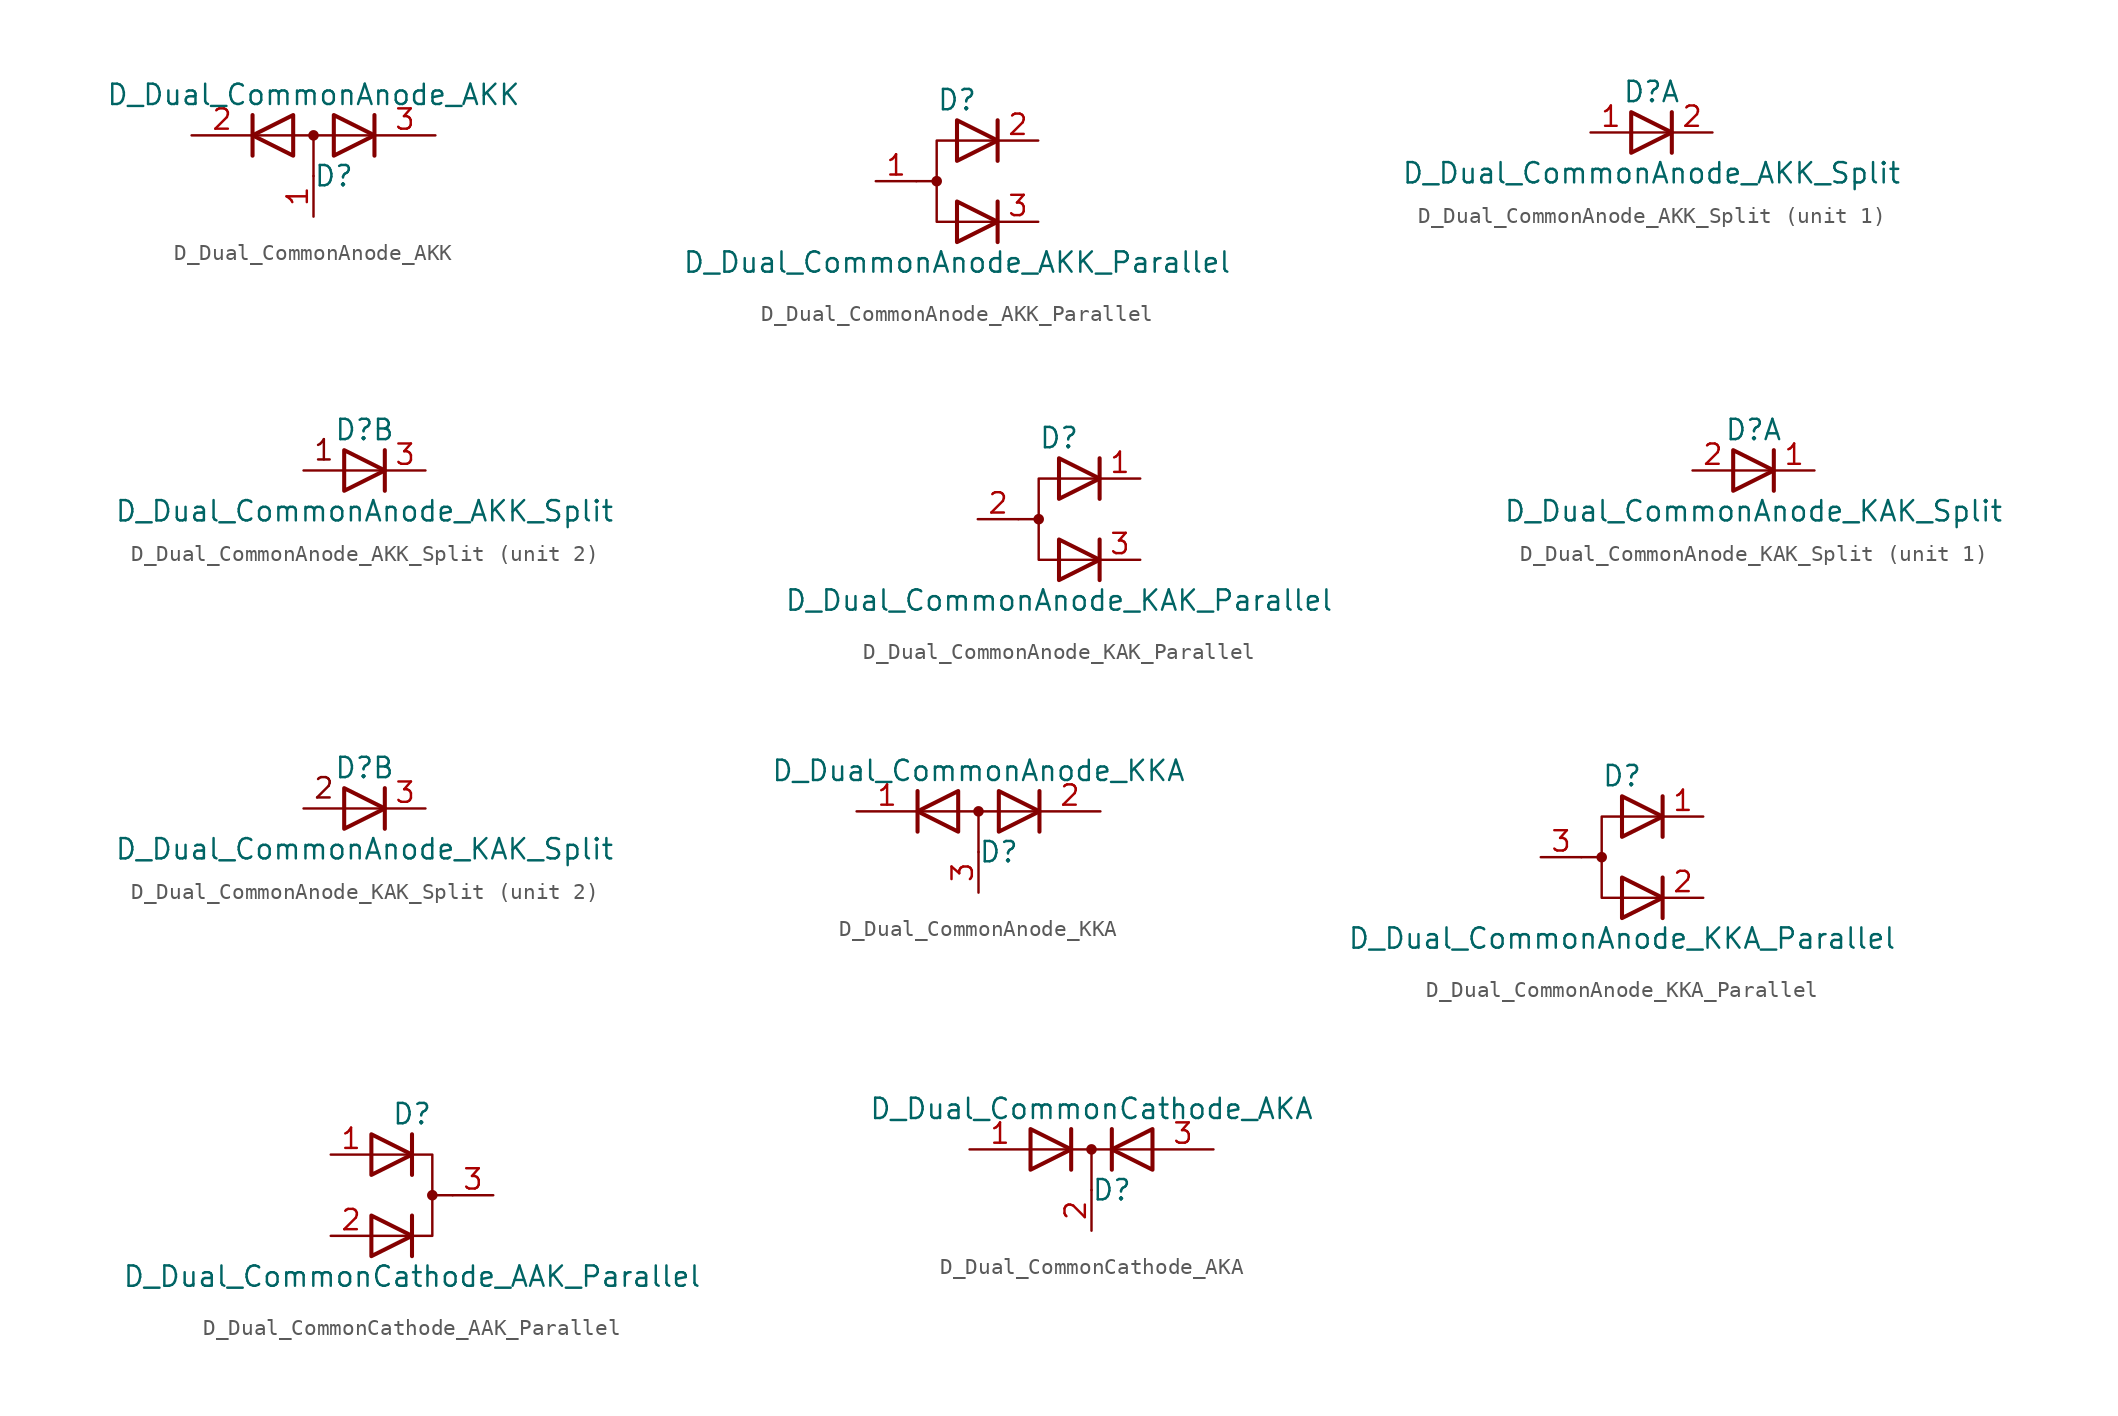
<source format=kicad_sym>
(kicad_symbol_lib
  (version 20211014)
  (generator kicad_symbol_editor)
  (symbol "D_Dual_CommonAnode_AKK"
    (pin_names
      (offset 0.762) hide)
    (property "Reference" "D"
      (at 1.27 -2.54 0)
      (effects (font (size 1.27 1.27))))
    (property "Value" "D_Dual_CommonAnode_AKK"
      (at 0 2.54 0)
      (effects (font (size 1.27 1.27))))
    (symbol "D_Dual_CommonAnode_AKK_0_1"
      (polyline (pts (xy -3.556 0) (xy 3.81 0)) (stroke (width 0) (type default) (color 0 0 0 0)) (fill (type none)))
      (polyline (pts (xy 0 0) (xy 0 -2.54)) (stroke (width 0) (type default) (color 0 0 0 0)) (fill (type none)))
      (polyline (pts (xy -3.81 1.27) (xy -3.81 -1.27) (xy -3.81 -1.27)) (stroke (width 0.254) (type default) (color 0 0 0 0)) (fill (type none)))
      (polyline (pts (xy 3.81 1.27) (xy 3.81 -1.27) (xy 3.81 -1.27)) (stroke (width 0.254) (type default) (color 0 0 0 0)) (fill (type none)))
      (polyline (pts (xy -1.27 -1.27) (xy -3.81 0) (xy -1.27 1.27) (xy -1.27 -1.27) (xy -1.27 -1.27) (xy -1.27 -1.27)) (stroke (width 0.254) (type default) (color 0 0 0 0)) (fill (type none)))
      (polyline (pts (xy 1.27 1.27) (xy 3.81 0) (xy 1.27 -1.27) (xy 1.27 1.27) (xy 1.27 1.27) (xy 1.27 1.27)) (stroke (width 0.254) (type default) (color 0 0 0 0)) (fill (type none)))
      (circle (center 0 0) (radius 0.254) (stroke (width 0) (type default) (color 0 0 0 0)) (fill (type outline)))
      (pin passive line (at 0 -5.08 90) (length 2.54) (name "A" (effects (font (size 1.27 1.27)))) (number "1" (effects (font (size 1.27 1.27)))))
      (pin passive line (at -7.62 0 0) (length 3.81) (name "K" (effects (font (size 1.27 1.27)))) (number "2" (effects (font (size 1.27 1.27)))))
      (pin passive line (at 7.62 0 180) (length 3.81) (name "K" (effects (font (size 1.27 1.27)))) (number "3" (effects (font (size 1.27 1.27)))))))
  (symbol "D_Dual_CommonAnode_AKK_Parallel"
    (pin_names
      (offset 0.762) hide)
    (property "Reference" "D"
      (at 0 5.08 0)
      (effects (font (size 1.27 1.27))))
    (property "Value" "D_Dual_CommonAnode_AKK_Parallel"
      (at 0 -5.08 0)
      (effects (font (size 1.27 1.27))))
    (symbol "D_Dual_CommonAnode_AKK_Parallel_0_0"
      (polyline (pts (xy 2.54 -1.27) (xy 2.54 -3.81)) (stroke (width 0.254) (type default) (color 0 0 0 0)) (fill (type none)))
      (polyline (pts (xy 2.54 3.81) (xy 2.54 1.27)) (stroke (width 0.254) (type default) (color 0 0 0 0)) (fill (type none))))
    (symbol "D_Dual_CommonAnode_AKK_Parallel_0_1"
      (circle (center -1.27 0) (radius 0.254) (stroke (width 0) (type default) (color 0 0 0 0)) (fill (type outline)))
      (polyline (pts (xy -1.27 0) (xy -2.54 0)) (stroke (width 0) (type default) (color 0 0 0 0)) (fill (type none)))
      (polyline (pts (xy 2.54 2.54) (xy -1.27 2.54) (xy -1.27 -2.54) (xy 2.54 -2.54)) (stroke (width 0) (type default) (color 0 0 0 0)) (fill (type none)))
      (polyline (pts (xy 0 -1.27) (xy 2.54 -2.54) (xy 0 -3.81) (xy 0 -1.27) (xy 0 -1.27) (xy 0 -1.27)) (stroke (width 0.254) (type default) (color 0 0 0 0)) (fill (type none)))
      (polyline (pts (xy 0 3.81) (xy 2.54 2.54) (xy 0 1.27) (xy 0 3.81) (xy 0 3.81) (xy 0 3.81)) (stroke (width 0.254) (type default) (color 0 0 0 0)) (fill (type none)))
      (pin passive line (at -5.08 0 0) (length 2.54) (name "A" (effects (font (size 1.27 1.27)))) (number "1" (effects (font (size 1.27 1.27)))))
      (pin passive line (at 5.08 2.54 180) (length 2.54) (name "K" (effects (font (size 1.27 1.27)))) (number "2" (effects (font (size 1.27 1.27)))))
      (pin passive line (at 5.08 -2.54 180) (length 2.54) (name "K" (effects (font (size 1.27 1.27)))) (number "3" (effects (font (size 1.27 1.27)))))))
  (symbol "D_Dual_CommonAnode_AKK_Split"
    (pin_names
      (offset 0.762) hide)
    (property "Reference" "D"
      (at 0 2.54 0)
      (effects (font (size 1.27 1.27))))
    (property "Value" "D_Dual_CommonAnode_AKK_Split"
      (at 0 -2.54 0)
      (effects (font (size 1.27 1.27))))
    (property "ki_locked" ""
      (at 0 0 0)
      (effects (font (size 1.27 1.27))))
    (symbol "D_Dual_CommonAnode_AKK_Split_0_0"
      (polyline (pts (xy 1.27 1.27) (xy 1.27 -1.27)) (stroke (width 0.254) (type default) (color 0 0 0 0)) (fill (type none))))
    (symbol "D_Dual_CommonAnode_AKK_Split_0_1"
      (polyline (pts (xy -1.27 1.27) (xy 1.27 0) (xy -1.27 -1.27) (xy -1.27 1.27) (xy -1.27 1.27) (xy -1.27 1.27)) (stroke (width 0.254) (type default) (color 0 0 0 0)) (fill (type none))))
    (symbol "D_Dual_CommonAnode_AKK_Split_1_1"
      (polyline (pts (xy 1.27 0) (xy -1.27 0)) (stroke (width 0) (type default) (color 0 0 0 0)) (fill (type none)))
      (pin passive line (at -3.81 0 0) (length 2.54) (name "A" (effects (font (size 1.27 1.27)))) (number "1" (effects (font (size 1.27 1.27)))))
      (pin passive line (at 3.81 0 180) (length 2.54) (name "K" (effects (font (size 1.27 1.27)))) (number "2" (effects (font (size 1.27 1.27))))))
    (symbol "D_Dual_CommonAnode_AKK_Split_2_0"
      (polyline (pts (xy 1.27 0) (xy -3.81 0)) (stroke (width 0) (type default) (color 0 0 0 0)) (fill (type none)))
      (text "1" (at -2.54 1.27 0) (effects (font (size 1.27 1.27)))))
    (symbol "D_Dual_CommonAnode_AKK_Split_2_1"
      (pin passive line (at 3.81 0 180) (length 2.54) (name "K" (effects (font (size 1.27 1.27)))) (number "3" (effects (font (size 1.27 1.27)))))))
  (symbol "D_Dual_CommonAnode_KAK_Parallel"
    (pin_names
      (offset 0.762) hide)
    (property "Reference" "D"
      (at 0 5.08 0)
      (effects (font (size 1.27 1.27))))
    (property "Value" "D_Dual_CommonAnode_KAK_Parallel"
      (at 0 -5.08 0)
      (effects (font (size 1.27 1.27))))
    (symbol "D_Dual_CommonAnode_KAK_Parallel_0_0"
      (polyline (pts (xy 2.54 -1.27) (xy 2.54 -3.81)) (stroke (width 0.254) (type default) (color 0 0 0 0)) (fill (type none)))
      (polyline (pts (xy 2.54 3.81) (xy 2.54 1.27)) (stroke (width 0.254) (type default) (color 0 0 0 0)) (fill (type none))))
    (symbol "D_Dual_CommonAnode_KAK_Parallel_0_1"
      (circle (center -1.27 0) (radius 0.254) (stroke (width 0) (type default) (color 0 0 0 0)) (fill (type outline)))
      (polyline (pts (xy -1.27 0) (xy -2.54 0)) (stroke (width 0) (type default) (color 0 0 0 0)) (fill (type none)))
      (polyline (pts (xy 2.54 2.54) (xy -1.27 2.54) (xy -1.27 -2.54) (xy 2.54 -2.54)) (stroke (width 0) (type default) (color 0 0 0 0)) (fill (type none)))
      (polyline (pts (xy 0 -1.27) (xy 2.54 -2.54) (xy 0 -3.81) (xy 0 -1.27) (xy 0 -1.27) (xy 0 -1.27)) (stroke (width 0.254) (type default) (color 0 0 0 0)) (fill (type none)))
      (polyline (pts (xy 0 3.81) (xy 2.54 2.54) (xy 0 1.27) (xy 0 3.81) (xy 0 3.81) (xy 0 3.81)) (stroke (width 0.254) (type default) (color 0 0 0 0)) (fill (type none)))
      (pin passive line (at 5.08 2.54 180) (length 2.54) (name "K" (effects (font (size 1.27 1.27)))) (number "1" (effects (font (size 1.27 1.27)))))
      (pin passive line (at -5.08 0 0) (length 2.54) (name "A" (effects (font (size 1.27 1.27)))) (number "2" (effects (font (size 1.27 1.27)))))
      (pin passive line (at 5.08 -2.54 180) (length 2.54) (name "K" (effects (font (size 1.27 1.27)))) (number "3" (effects (font (size 1.27 1.27)))))))
  (symbol "D_Dual_CommonAnode_KAK_Split"
    (pin_names
      (offset 0.762) hide)
    (property "Reference" "D"
      (at 0 2.54 0)
      (effects (font (size 1.27 1.27))))
    (property "Value" "D_Dual_CommonAnode_KAK_Split"
      (at 0 -2.54 0)
      (effects (font (size 1.27 1.27))))
    (property "ki_locked" ""
      (at 0 0 0)
      (effects (font (size 1.27 1.27))))
    (symbol "D_Dual_CommonAnode_KAK_Split_0_0"
      (polyline (pts (xy 1.27 1.27) (xy 1.27 -1.27)) (stroke (width 0.254) (type default) (color 0 0 0 0)) (fill (type none))))
    (symbol "D_Dual_CommonAnode_KAK_Split_0_1"
      (polyline (pts (xy -1.27 1.27) (xy 1.27 0) (xy -1.27 -1.27) (xy -1.27 1.27) (xy -1.27 1.27) (xy -1.27 1.27)) (stroke (width 0.254) (type default) (color 0 0 0 0)) (fill (type none))))
    (symbol "D_Dual_CommonAnode_KAK_Split_1_1"
      (polyline (pts (xy 1.27 0) (xy -1.27 0)) (stroke (width 0) (type default) (color 0 0 0 0)) (fill (type none)))
      (pin passive line (at 3.81 0 180) (length 2.54) (name "K" (effects (font (size 1.27 1.27)))) (number "1" (effects (font (size 1.27 1.27)))))
      (pin passive line (at -3.81 0 0) (length 2.54) (name "A" (effects (font (size 1.27 1.27)))) (number "2" (effects (font (size 1.27 1.27))))))
    (symbol "D_Dual_CommonAnode_KAK_Split_2_0"
      (polyline (pts (xy 1.27 0) (xy -3.81 0)) (stroke (width 0) (type default) (color 0 0 0 0)) (fill (type none)))
      (text "2" (at -2.54 1.27 0) (effects (font (size 1.27 1.27)))))
    (symbol "D_Dual_CommonAnode_KAK_Split_2_1"
      (pin passive line (at 3.81 0 180) (length 2.54) (name "K" (effects (font (size 1.27 1.27)))) (number "3" (effects (font (size 1.27 1.27)))))))
  (symbol "D_Dual_CommonAnode_KKA"
    (pin_names
      (offset 0.762) hide)
    (property "Reference" "D"
      (at 1.27 -2.54 0)
      (effects (font (size 1.27 1.27))))
    (property "Value" "D_Dual_CommonAnode_KKA"
      (at 0 2.54 0)
      (effects (font (size 1.27 1.27))))
    (symbol "D_Dual_CommonAnode_KKA_0_1"
      (polyline (pts (xy -3.81 0) (xy 3.81 0)) (stroke (width 0) (type default) (color 0 0 0 0)) (fill (type none)))
      (polyline (pts (xy 0 0) (xy 0 -2.54)) (stroke (width 0) (type default) (color 0 0 0 0)) (fill (type none)))
      (polyline (pts (xy -3.81 1.27) (xy -3.81 -1.27) (xy -3.81 -1.27)) (stroke (width 0.254) (type default) (color 0 0 0 0)) (fill (type none)))
      (polyline (pts (xy 3.81 1.27) (xy 3.81 -1.27) (xy 3.81 -1.27)) (stroke (width 0.254) (type default) (color 0 0 0 0)) (fill (type none)))
      (polyline (pts (xy -1.27 -1.27) (xy -3.81 0) (xy -1.27 1.27) (xy -1.27 -1.27) (xy -1.27 -1.27) (xy -1.27 -1.27)) (stroke (width 0.254) (type default) (color 0 0 0 0)) (fill (type none)))
      (polyline (pts (xy 1.27 1.27) (xy 3.81 0) (xy 1.27 -1.27) (xy 1.27 1.27) (xy 1.27 1.27) (xy 1.27 1.27)) (stroke (width 0.254) (type default) (color 0 0 0 0)) (fill (type none)))
      (circle (center 0 0) (radius 0.254) (stroke (width 0) (type default) (color 0 0 0 0)) (fill (type outline)))
      (pin passive line (at -7.62 0 0) (length 3.81) (name "K" (effects (font (size 1.27 1.27)))) (number "1" (effects (font (size 1.27 1.27)))))
      (pin passive line (at 7.62 0 180) (length 3.81) (name "K" (effects (font (size 1.27 1.27)))) (number "2" (effects (font (size 1.27 1.27)))))
      (pin passive line (at 0 -5.08 90) (length 2.54) (name "A" (effects (font (size 1.27 1.27)))) (number "3" (effects (font (size 1.27 1.27)))))))
  (symbol "D_Dual_CommonAnode_KKA_Parallel"
    (pin_names
      (offset 0.762) hide)
    (property "Reference" "D"
      (at 0 5.08 0)
      (effects (font (size 1.27 1.27))))
    (property "Value" "D_Dual_CommonAnode_KKA_Parallel"
      (at 0 -5.08 0)
      (effects (font (size 1.27 1.27))))
    (symbol "D_Dual_CommonAnode_KKA_Parallel_0_0"
      (polyline (pts (xy 2.54 -3.81) (xy 2.54 -1.27)) (stroke (width 0.254) (type default) (color 0 0 0 0)) (fill (type none)))
      (polyline (pts (xy 2.54 1.27) (xy 2.54 3.81)) (stroke (width 0.254) (type default) (color 0 0 0 0)) (fill (type none))))
    (symbol "D_Dual_CommonAnode_KKA_Parallel_0_1"
      (circle (center -1.27 0) (radius 0.254) (stroke (width 0) (type default) (color 0 0 0 0)) (fill (type outline)))
      (polyline (pts (xy -1.27 0) (xy -2.54 0)) (stroke (width 0) (type default) (color 0 0 0 0)) (fill (type none)))
      (polyline (pts (xy 2.54 2.54) (xy -1.27 2.54) (xy -1.27 -2.54) (xy 2.54 -2.54)) (stroke (width 0) (type default) (color 0 0 0 0)) (fill (type none)))
      (polyline (pts (xy 0 -1.27) (xy 2.54 -2.54) (xy 0 -3.81) (xy 0 -1.27) (xy 0 -1.27) (xy 0 -1.27)) (stroke (width 0.254) (type default) (color 0 0 0 0)) (fill (type none)))
      (polyline (pts (xy 0 3.81) (xy 2.54 2.54) (xy 0 1.27) (xy 0 3.81) (xy 0 3.81) (xy 0 3.81)) (stroke (width 0.254) (type default) (color 0 0 0 0)) (fill (type none)))
      (pin passive line (at 5.08 2.54 180) (length 2.54) (name "K" (effects (font (size 1.27 1.27)))) (number "1" (effects (font (size 1.27 1.27)))))
      (pin passive line (at 5.08 -2.54 180) (length 2.54) (name "K" (effects (font (size 1.27 1.27)))) (number "2" (effects (font (size 1.27 1.27)))))
      (pin passive line (at -5.08 0 0) (length 2.54) (name "A" (effects (font (size 1.27 1.27)))) (number "3" (effects (font (size 1.27 1.27)))))))
  (symbol "D_Dual_CommonCathode_AAK_Parallel"
    (pin_names
      (offset 0.762) hide)
    (property "Reference" "D"
      (at 0 5.08 0)
      (effects (font (size 1.27 1.27))))
    (property "Value" "D_Dual_CommonCathode_AAK_Parallel"
      (at 0 -5.08 0)
      (effects (font (size 1.27 1.27))))
    (symbol "D_Dual_CommonCathode_AAK_Parallel_0_0"
      (polyline (pts (xy 0 -1.27) (xy 0 -3.81)) (stroke (width 0.254) (type default) (color 0 0 0 0)) (fill (type none)))
      (polyline (pts (xy 0 1.27) (xy 0 3.81)) (stroke (width 0.254) (type default) (color 0 0 0 0)) (fill (type none))))
    (symbol "D_Dual_CommonCathode_AAK_Parallel_0_1"
      (polyline (pts (xy 1.27 0) (xy 2.54 0)) (stroke (width 0) (type default) (color 0 0 0 0)) (fill (type none)))
      (polyline (pts (xy -2.54 -2.54) (xy 1.27 -2.54) (xy 1.27 2.54) (xy -2.54 2.54)) (stroke (width 0) (type default) (color 0 0 0 0)) (fill (type none)))
      (polyline (pts (xy -2.54 -1.27) (xy 0 -2.54) (xy -2.54 -3.81) (xy -2.54 -1.27) (xy -2.54 -1.27) (xy -2.54 -1.27)) (stroke (width 0.254) (type default) (color 0 0 0 0)) (fill (type none)))
      (polyline (pts (xy -2.54 3.81) (xy 0 2.54) (xy -2.54 1.27) (xy -2.54 3.81) (xy -2.54 3.81) (xy -2.54 3.81)) (stroke (width 0.254) (type default) (color 0 0 0 0)) (fill (type none)))
      (circle (center 1.27 0) (radius 0.254) (stroke (width 0) (type default) (color 0 0 0 0)) (fill (type outline)))
      (pin passive line (at -5.08 2.54 0) (length 2.54) (name "K" (effects (font (size 1.27 1.27)))) (number "1" (effects (font (size 1.27 1.27)))))
      (pin passive line (at -5.08 -2.54 0) (length 2.54) (name "K" (effects (font (size 1.27 1.27)))) (number "2" (effects (font (size 1.27 1.27)))))
      (pin passive line (at 5.08 0 180) (length 2.54) (name "A" (effects (font (size 1.27 1.27)))) (number "3" (effects (font (size 1.27 1.27)))))))
  (symbol "D_Dual_CommonCathode_AKA"
    (pin_names
      (offset 0.762) hide)
    (property "Reference" "D"
      (at 1.27 -2.54 0)
      (effects (font (size 1.27 1.27))))
    (property "Value" "D_Dual_CommonCathode_AKA"
      (at 0 2.54 0)
      (effects (font (size 1.27 1.27))))
    (symbol "D_Dual_CommonCathode_AKA_0_1"
      (polyline (pts (xy 0 0) (xy 0 -2.54)) (stroke (width 0) (type default) (color 0 0 0 0)) (fill (type none)))
      (polyline (pts (xy 3.81 0) (xy -3.81 0)) (stroke (width 0) (type default) (color 0 0 0 0)) (fill (type none)))
      (polyline (pts (xy -1.27 -1.27) (xy -1.27 1.27) (xy -1.27 1.27)) (stroke (width 0.254) (type default) (color 0 0 0 0)) (fill (type none)))
      (polyline (pts (xy 1.27 -1.27) (xy 1.27 1.27) (xy 1.27 1.27)) (stroke (width 0.254) (type default) (color 0 0 0 0)) (fill (type none)))
      (polyline (pts (xy -3.81 1.27) (xy -1.27 0) (xy -3.81 -1.27) (xy -3.81 1.27) (xy -3.81 1.27) (xy -3.81 1.27)) (stroke (width 0.254) (type default) (color 0 0 0 0)) (fill (type none)))
      (polyline (pts (xy 3.81 -1.27) (xy 1.27 0) (xy 3.81 1.27) (xy 3.81 -1.27) (xy 3.81 -1.27) (xy 3.81 -1.27)) (stroke (width 0.254) (type default) (color 0 0 0 0)) (fill (type none)))
      (circle (center 0 0) (radius 0.254) (stroke (width 0) (type default) (color 0 0 0 0)) (fill (type outline)))
      (pin passive line (at -7.62 0 0) (length 3.81) (name "A" (effects (font (size 1.27 1.27)))) (number "1" (effects (font (size 1.27 1.27)))))
      (pin passive line (at 0 -5.08 90) (length 2.54) (name "K" (effects (font (size 1.27 1.27)))) (number "2" (effects (font (size 1.27 1.27)))))
      (pin passive line (at 7.62 0 180) (length 3.81) (name "A" (effects (font (size 1.27 1.27)))) (number "3" (effects (font (size 1.27 1.27))))))))
</source>
